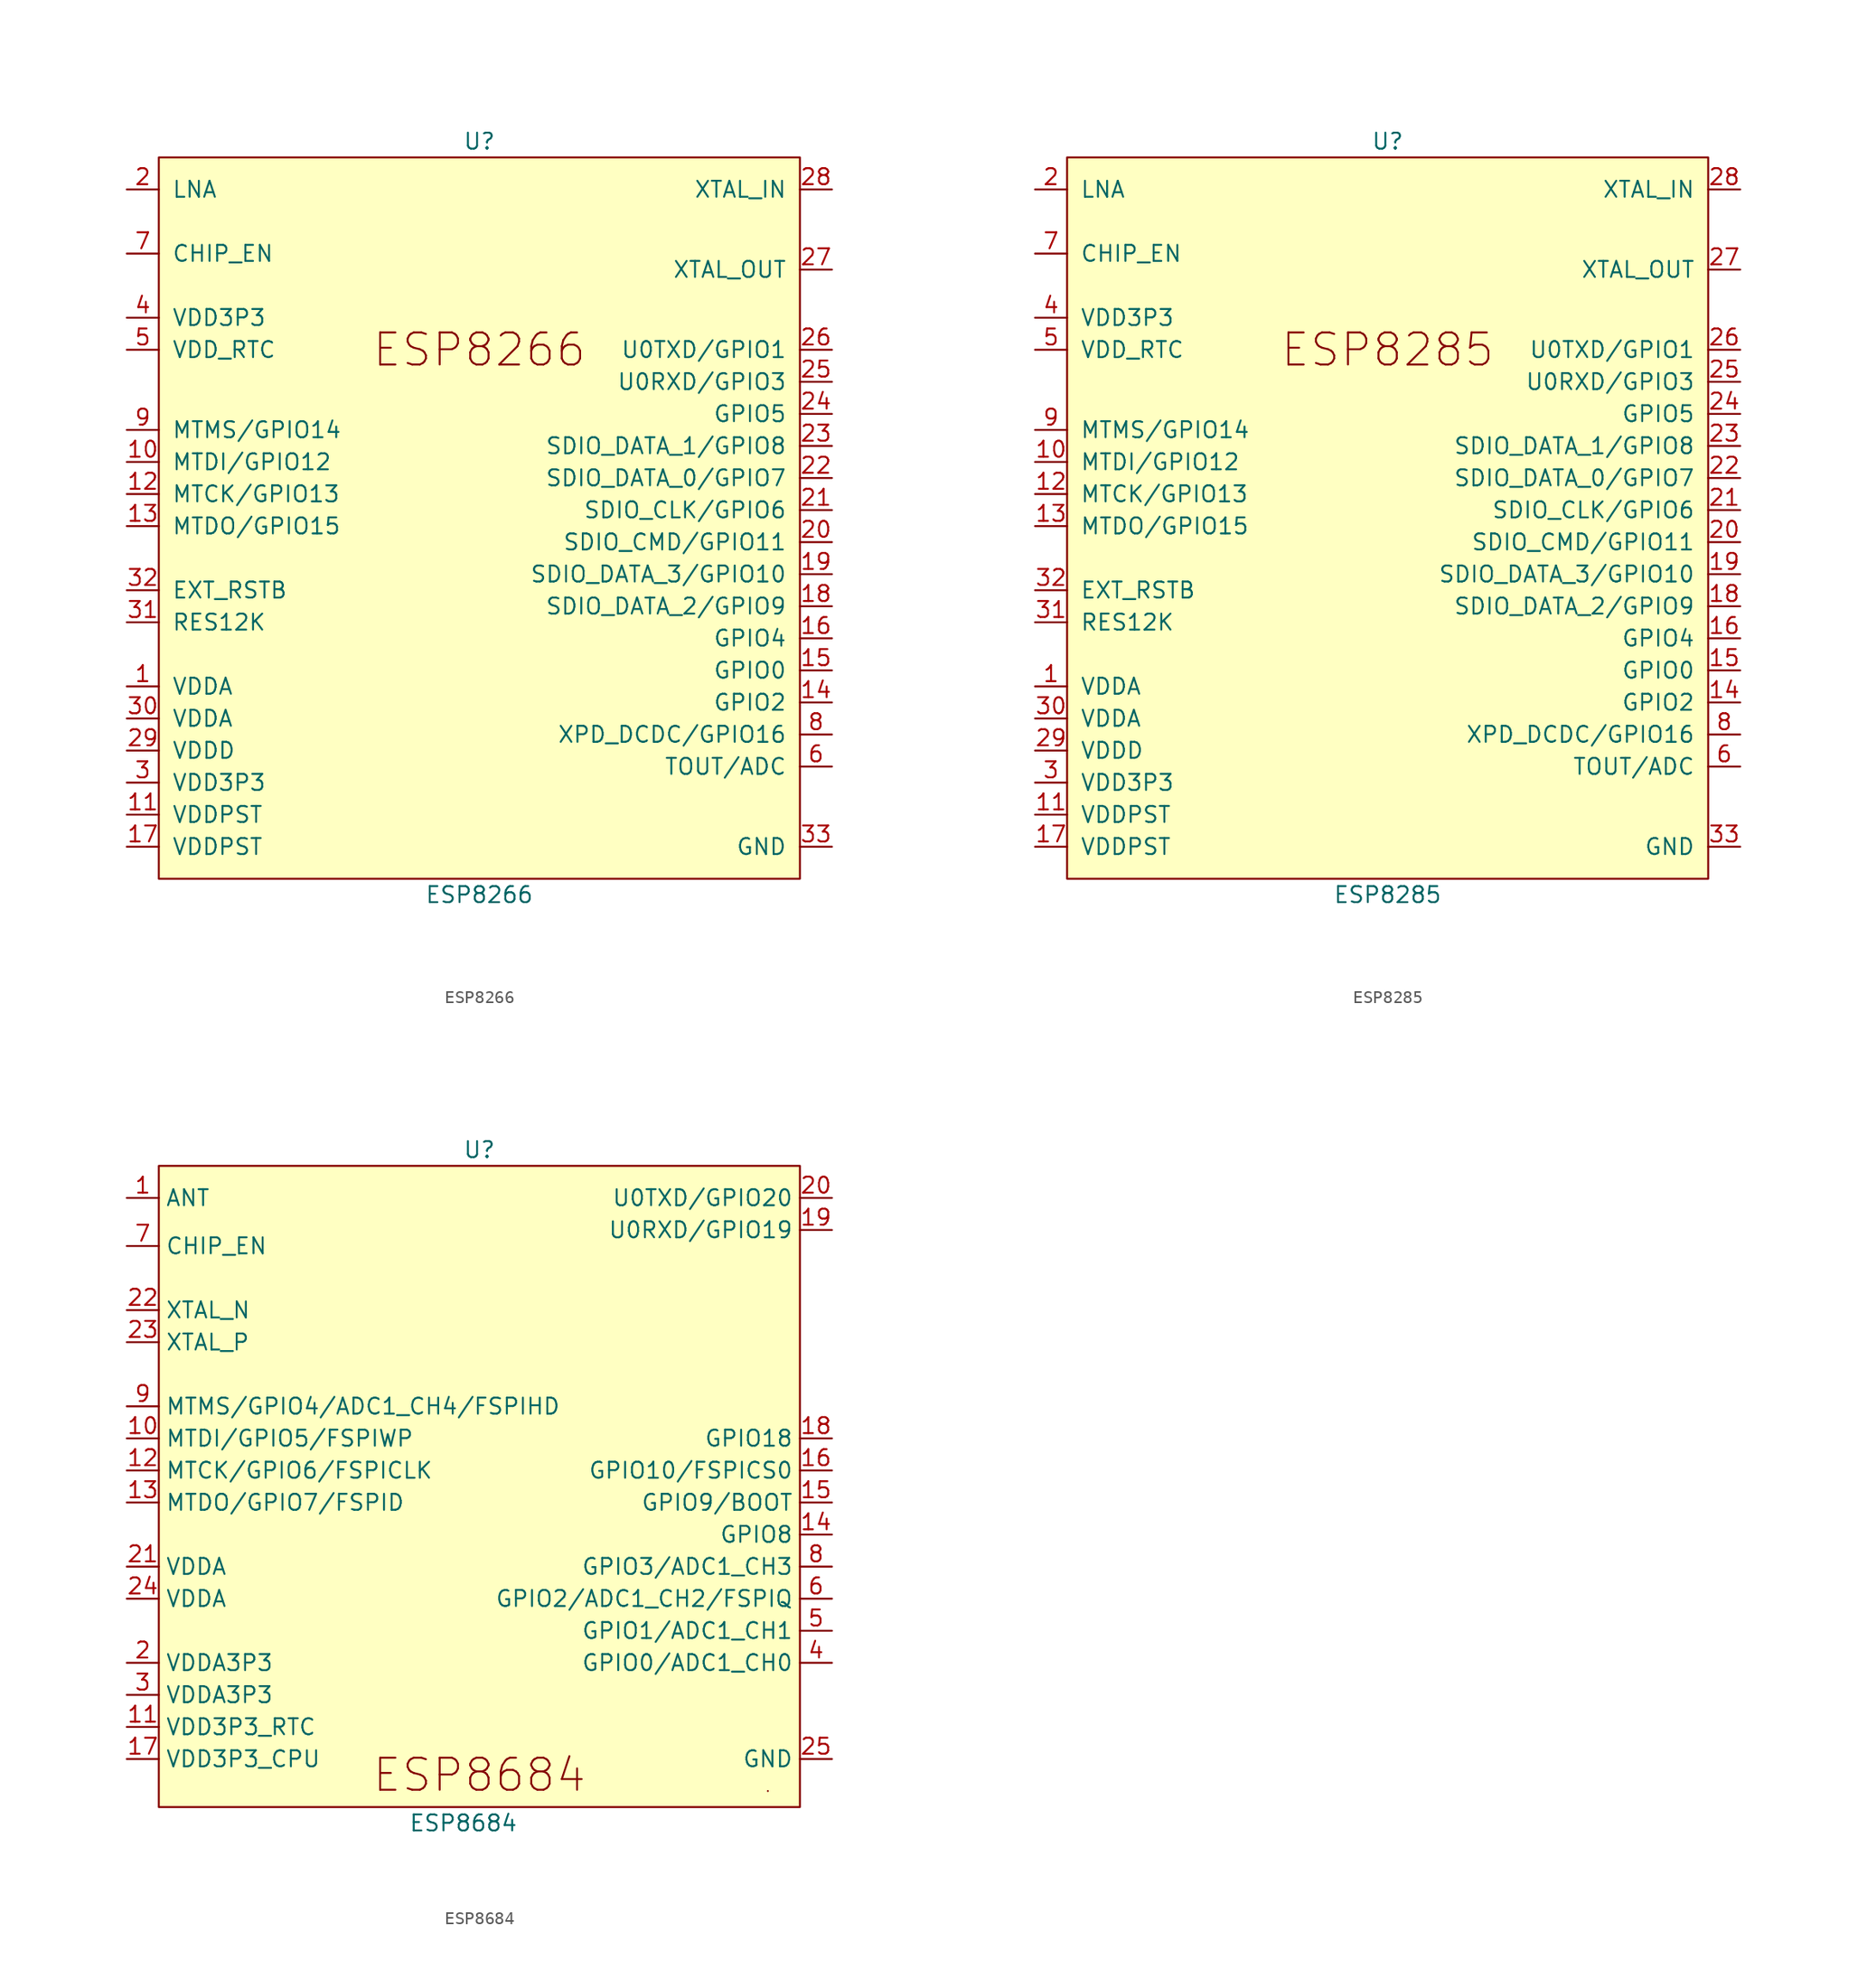
<source format=kicad_sym>
(kicad_symbol_lib
  (version 20211014)
  (generator kicad_symbol_editor)
  (symbol "ESP8266"
    (pin_names
      (offset 1.016))
    (property "Reference" "U"
      (at 0 31.75 0)
      (effects (font (size 1.27 1.27))))
    (property "Value" "ESP8266"
      (at 0 -27.94 0)
      (effects (font (size 1.27 1.27))))
    (symbol "ESP8266_1_1"
      (rectangle (start -25.4 30.48) (end 25.4 -26.67) (stroke (width 0) (type default) (color 0 0 0 0)) (fill (type background)))
      (text "ESP8266" (at 0 15.24 0) (effects (font (size 2.54 2.54))))
      (pin bidirectional line (at -27.94 -11.43 0) (length 2.54) (name "VDDA" (effects (font (size 1.27 1.27)))) (number "1" (effects (font (size 1.27 1.27)))))
      (pin bidirectional line (at -27.94 6.35 0) (length 2.54) (name "MTDI/GPIO12" (effects (font (size 1.27 1.27)))) (number "10" (effects (font (size 1.27 1.27)))))
      (pin power_in line (at -27.94 -21.59 0) (length 2.54) (name "VDDPST" (effects (font (size 1.27 1.27)))) (number "11" (effects (font (size 1.27 1.27)))))
      (pin bidirectional line (at -27.94 3.81 0) (length 2.54) (name "MTCK/GPIO13" (effects (font (size 1.27 1.27)))) (number "12" (effects (font (size 1.27 1.27)))))
      (pin bidirectional line (at -27.94 1.27 0) (length 2.54) (name "MTDO/GPIO15" (effects (font (size 1.27 1.27)))) (number "13" (effects (font (size 1.27 1.27)))))
      (pin bidirectional line (at 27.94 -12.7 180) (length 2.54) (name "GPIO2" (effects (font (size 1.27 1.27)))) (number "14" (effects (font (size 1.27 1.27)))))
      (pin bidirectional line (at 27.94 -10.16 180) (length 2.54) (name "GPIO0" (effects (font (size 1.27 1.27)))) (number "15" (effects (font (size 1.27 1.27)))))
      (pin bidirectional line (at 27.94 -7.62 180) (length 2.54) (name "GPIO4" (effects (font (size 1.27 1.27)))) (number "16" (effects (font (size 1.27 1.27)))))
      (pin power_in line (at -27.94 -24.13 0) (length 2.54) (name "VDDPST" (effects (font (size 1.27 1.27)))) (number "17" (effects (font (size 1.27 1.27)))))
      (pin bidirectional line (at 27.94 -5.08 180) (length 2.54) (name "SDIO_DATA_2/GPIO9" (effects (font (size 1.27 1.27)))) (number "18" (effects (font (size 1.27 1.27)))))
      (pin bidirectional line (at 27.94 -2.54 180) (length 2.54) (name "SDIO_DATA_3/GPIO10" (effects (font (size 1.27 1.27)))) (number "19" (effects (font (size 1.27 1.27)))))
      (pin power_in line (at -27.94 27.94 0) (length 2.54) (name "LNA" (effects (font (size 1.27 1.27)))) (number "2" (effects (font (size 1.27 1.27)))))
      (pin bidirectional line (at 27.94 0 180) (length 2.54) (name "SDIO_CMD/GPIO11" (effects (font (size 1.27 1.27)))) (number "20" (effects (font (size 1.27 1.27)))))
      (pin bidirectional line (at 27.94 2.54 180) (length 2.54) (name "SDIO_CLK/GPIO6" (effects (font (size 1.27 1.27)))) (number "21" (effects (font (size 1.27 1.27)))))
      (pin bidirectional line (at 27.94 5.08 180) (length 2.54) (name "SDIO_DATA_0/GPIO7" (effects (font (size 1.27 1.27)))) (number "22" (effects (font (size 1.27 1.27)))))
      (pin bidirectional line (at 27.94 7.62 180) (length 2.54) (name "SDIO_DATA_1/GPIO8" (effects (font (size 1.27 1.27)))) (number "23" (effects (font (size 1.27 1.27)))))
      (pin bidirectional line (at 27.94 10.16 180) (length 2.54) (name "GPIO5" (effects (font (size 1.27 1.27)))) (number "24" (effects (font (size 1.27 1.27)))))
      (pin bidirectional line (at 27.94 12.7 180) (length 2.54) (name "U0RXD/GPIO3" (effects (font (size 1.27 1.27)))) (number "25" (effects (font (size 1.27 1.27)))))
      (pin bidirectional line (at 27.94 15.24 180) (length 2.54) (name "U0TXD/GPIO1" (effects (font (size 1.27 1.27)))) (number "26" (effects (font (size 1.27 1.27)))))
      (pin bidirectional line (at 27.94 21.59 180) (length 2.54) (name "XTAL_OUT" (effects (font (size 1.27 1.27)))) (number "27" (effects (font (size 1.27 1.27)))))
      (pin bidirectional line (at 27.94 27.94 180) (length 2.54) (name "XTAL_IN" (effects (font (size 1.27 1.27)))) (number "28" (effects (font (size 1.27 1.27)))))
      (pin output line (at -27.94 -16.51 0) (length 2.54) (name "VDDD" (effects (font (size 1.27 1.27)))) (number "29" (effects (font (size 1.27 1.27)))))
      (pin power_out line (at -27.94 -19.05 0) (length 2.54) (name "VDD3P3" (effects (font (size 1.27 1.27)))) (number "3" (effects (font (size 1.27 1.27)))))
      (pin input line (at -27.94 -13.97 0) (length 2.54) (name "VDDA" (effects (font (size 1.27 1.27)))) (number "30" (effects (font (size 1.27 1.27)))))
      (pin power_in line (at -27.94 -6.35 0) (length 2.54) (name "RES12K" (effects (font (size 1.27 1.27)))) (number "31" (effects (font (size 1.27 1.27)))))
      (pin power_in line (at -27.94 -3.81 0) (length 2.54) (name "EXT_RSTB" (effects (font (size 1.27 1.27)))) (number "32" (effects (font (size 1.27 1.27)))))
      (pin power_in line (at 27.94 -24.13 180) (length 2.54) (name "GND" (effects (font (size 1.27 1.27)))) (number "33" (effects (font (size 1.27 1.27)))))
      (pin output line (at -27.94 17.78 0) (length 2.54) (name "VDD3P3" (effects (font (size 1.27 1.27)))) (number "4" (effects (font (size 1.27 1.27)))))
      (pin input line (at -27.94 15.24 0) (length 2.54) (name "VDD_RTC" (effects (font (size 1.27 1.27)))) (number "5" (effects (font (size 1.27 1.27)))))
      (pin input line (at 27.94 -17.78 180) (length 2.54) (name "TOUT/ADC" (effects (font (size 1.27 1.27)))) (number "6" (effects (font (size 1.27 1.27)))))
      (pin input line (at -27.94 22.86 0) (length 2.54) (name "CHIP_EN" (effects (font (size 1.27 1.27)))) (number "7" (effects (font (size 1.27 1.27)))))
      (pin bidirectional line (at 27.94 -15.24 180) (length 2.54) (name "XPD_DCDC/GPIO16" (effects (font (size 1.27 1.27)))) (number "8" (effects (font (size 1.27 1.27)))))
      (pin bidirectional line (at -27.94 8.89 0) (length 2.54) (name "MTMS/GPIO14" (effects (font (size 1.27 1.27)))) (number "9" (effects (font (size 1.27 1.27)))))))
  (symbol "ESP8285"
    (pin_names
      (offset 1.016))
    (property "Reference" "U"
      (at 0 31.75 0)
      (effects (font (size 1.27 1.27))))
    (property "Value" "ESP8285"
      (at 0 -27.94 0)
      (effects (font (size 1.27 1.27))))
    (symbol "ESP8285_1_1"
      (rectangle (start -25.4 30.48) (end 25.4 -26.67) (stroke (width 0) (type default) (color 0 0 0 0)) (fill (type background)))
      (text "ESP8285" (at 0 15.24 0) (effects (font (size 2.54 2.54))))
      (pin bidirectional line (at -27.94 -11.43 0) (length 2.54) (name "VDDA" (effects (font (size 1.27 1.27)))) (number "1" (effects (font (size 1.27 1.27)))))
      (pin bidirectional line (at -27.94 6.35 0) (length 2.54) (name "MTDI/GPIO12" (effects (font (size 1.27 1.27)))) (number "10" (effects (font (size 1.27 1.27)))))
      (pin power_in line (at -27.94 -21.59 0) (length 2.54) (name "VDDPST" (effects (font (size 1.27 1.27)))) (number "11" (effects (font (size 1.27 1.27)))))
      (pin bidirectional line (at -27.94 3.81 0) (length 2.54) (name "MTCK/GPIO13" (effects (font (size 1.27 1.27)))) (number "12" (effects (font (size 1.27 1.27)))))
      (pin bidirectional line (at -27.94 1.27 0) (length 2.54) (name "MTDO/GPIO15" (effects (font (size 1.27 1.27)))) (number "13" (effects (font (size 1.27 1.27)))))
      (pin bidirectional line (at 27.94 -12.7 180) (length 2.54) (name "GPIO2" (effects (font (size 1.27 1.27)))) (number "14" (effects (font (size 1.27 1.27)))))
      (pin bidirectional line (at 27.94 -10.16 180) (length 2.54) (name "GPIO0" (effects (font (size 1.27 1.27)))) (number "15" (effects (font (size 1.27 1.27)))))
      (pin bidirectional line (at 27.94 -7.62 180) (length 2.54) (name "GPIO4" (effects (font (size 1.27 1.27)))) (number "16" (effects (font (size 1.27 1.27)))))
      (pin power_in line (at -27.94 -24.13 0) (length 2.54) (name "VDDPST" (effects (font (size 1.27 1.27)))) (number "17" (effects (font (size 1.27 1.27)))))
      (pin bidirectional line (at 27.94 -5.08 180) (length 2.54) (name "SDIO_DATA_2/GPIO9" (effects (font (size 1.27 1.27)))) (number "18" (effects (font (size 1.27 1.27)))))
      (pin bidirectional line (at 27.94 -2.54 180) (length 2.54) (name "SDIO_DATA_3/GPIO10" (effects (font (size 1.27 1.27)))) (number "19" (effects (font (size 1.27 1.27)))))
      (pin power_in line (at -27.94 27.94 0) (length 2.54) (name "LNA" (effects (font (size 1.27 1.27)))) (number "2" (effects (font (size 1.27 1.27)))))
      (pin bidirectional line (at 27.94 0 180) (length 2.54) (name "SDIO_CMD/GPIO11" (effects (font (size 1.27 1.27)))) (number "20" (effects (font (size 1.27 1.27)))))
      (pin bidirectional line (at 27.94 2.54 180) (length 2.54) (name "SDIO_CLK/GPIO6" (effects (font (size 1.27 1.27)))) (number "21" (effects (font (size 1.27 1.27)))))
      (pin bidirectional line (at 27.94 5.08 180) (length 2.54) (name "SDIO_DATA_0/GPIO7" (effects (font (size 1.27 1.27)))) (number "22" (effects (font (size 1.27 1.27)))))
      (pin bidirectional line (at 27.94 7.62 180) (length 2.54) (name "SDIO_DATA_1/GPIO8" (effects (font (size 1.27 1.27)))) (number "23" (effects (font (size 1.27 1.27)))))
      (pin bidirectional line (at 27.94 10.16 180) (length 2.54) (name "GPIO5" (effects (font (size 1.27 1.27)))) (number "24" (effects (font (size 1.27 1.27)))))
      (pin bidirectional line (at 27.94 12.7 180) (length 2.54) (name "U0RXD/GPIO3" (effects (font (size 1.27 1.27)))) (number "25" (effects (font (size 1.27 1.27)))))
      (pin bidirectional line (at 27.94 15.24 180) (length 2.54) (name "U0TXD/GPIO1" (effects (font (size 1.27 1.27)))) (number "26" (effects (font (size 1.27 1.27)))))
      (pin bidirectional line (at 27.94 21.59 180) (length 2.54) (name "XTAL_OUT" (effects (font (size 1.27 1.27)))) (number "27" (effects (font (size 1.27 1.27)))))
      (pin bidirectional line (at 27.94 27.94 180) (length 2.54) (name "XTAL_IN" (effects (font (size 1.27 1.27)))) (number "28" (effects (font (size 1.27 1.27)))))
      (pin output line (at -27.94 -16.51 0) (length 2.54) (name "VDDD" (effects (font (size 1.27 1.27)))) (number "29" (effects (font (size 1.27 1.27)))))
      (pin power_out line (at -27.94 -19.05 0) (length 2.54) (name "VDD3P3" (effects (font (size 1.27 1.27)))) (number "3" (effects (font (size 1.27 1.27)))))
      (pin input line (at -27.94 -13.97 0) (length 2.54) (name "VDDA" (effects (font (size 1.27 1.27)))) (number "30" (effects (font (size 1.27 1.27)))))
      (pin power_in line (at -27.94 -6.35 0) (length 2.54) (name "RES12K" (effects (font (size 1.27 1.27)))) (number "31" (effects (font (size 1.27 1.27)))))
      (pin power_in line (at -27.94 -3.81 0) (length 2.54) (name "EXT_RSTB" (effects (font (size 1.27 1.27)))) (number "32" (effects (font (size 1.27 1.27)))))
      (pin power_in line (at 27.94 -24.13 180) (length 2.54) (name "GND" (effects (font (size 1.27 1.27)))) (number "33" (effects (font (size 1.27 1.27)))))
      (pin output line (at -27.94 17.78 0) (length 2.54) (name "VDD3P3" (effects (font (size 1.27 1.27)))) (number "4" (effects (font (size 1.27 1.27)))))
      (pin input line (at -27.94 15.24 0) (length 2.54) (name "VDD_RTC" (effects (font (size 1.27 1.27)))) (number "5" (effects (font (size 1.27 1.27)))))
      (pin input line (at 27.94 -17.78 180) (length 2.54) (name "TOUT/ADC" (effects (font (size 1.27 1.27)))) (number "6" (effects (font (size 1.27 1.27)))))
      (pin input line (at -27.94 22.86 0) (length 2.54) (name "CHIP_EN" (effects (font (size 1.27 1.27)))) (number "7" (effects (font (size 1.27 1.27)))))
      (pin bidirectional line (at 27.94 -15.24 180) (length 2.54) (name "XPD_DCDC/GPIO16" (effects (font (size 1.27 1.27)))) (number "8" (effects (font (size 1.27 1.27)))))
      (pin bidirectional line (at -27.94 8.89 0) (length 2.54) (name "MTMS/GPIO14" (effects (font (size 1.27 1.27)))) (number "9" (effects (font (size 1.27 1.27)))))))
  (symbol "ESP8684"
    (property "Reference" "U"
      (at 0 26.67 0)
      (effects (font (size 1.27 1.27))))
    (property "Value" "ESP8684"
      (at -1.27 -26.67 0)
      (effects (font (size 1.27 1.27))))
    (symbol "ESP8684_0_0"
      (text "ESP8684" (at 0 -22.86 0) (effects (font (size 2.54 2.54)))))
    (symbol "ESP8684_0_1"
      (rectangle (start -25.4 25.4) (end 25.4 -25.4) (stroke (width 0) (type default) (color 0 0 0 0)) (fill (type background)))
      (rectangle (start 22.86 -24.13) (end 22.86 -24.13) (stroke (width 0) (type default) (color 0 0 0 0)) (fill (type none))))
    (symbol "ESP8684_1_1"
      (pin bidirectional line (at -27.94 22.86 0) (length 2.54) (name "ANT" (effects (font (size 1.27 1.27)))) (number "1" (effects (font (size 1.27 1.27)))))
      (pin bidirectional line (at -27.94 3.81 0) (length 2.54) (name "MTDI/GPIO5/FSPIWP" (effects (font (size 1.27 1.27)))) (number "10" (effects (font (size 1.27 1.27)))))
      (pin power_in line (at -27.94 -19.05 0) (length 2.54) (name "VDD3P3_RTC" (effects (font (size 1.27 1.27)))) (number "11" (effects (font (size 1.27 1.27)))))
      (pin bidirectional line (at -27.94 1.27 0) (length 2.54) (name "MTCK/GPIO6/FSPICLK" (effects (font (size 1.27 1.27)))) (number "12" (effects (font (size 1.27 1.27)))))
      (pin bidirectional line (at -27.94 -1.27 0) (length 2.54) (name "MTDO/GPIO7/FSPID" (effects (font (size 1.27 1.27)))) (number "13" (effects (font (size 1.27 1.27)))))
      (pin bidirectional line (at 27.94 -3.81 180) (length 2.54) (name "GPIO8" (effects (font (size 1.27 1.27)))) (number "14" (effects (font (size 1.27 1.27)))))
      (pin bidirectional line (at 27.94 -1.27 180) (length 2.54) (name "GPIO9/BOOT" (effects (font (size 1.27 1.27)))) (number "15" (effects (font (size 1.27 1.27)))))
      (pin bidirectional line (at 27.94 1.27 180) (length 2.54) (name "GPIO10/FSPICS0" (effects (font (size 1.27 1.27)))) (number "16" (effects (font (size 1.27 1.27)))))
      (pin power_in line (at -27.94 -21.59 0) (length 2.54) (name "VDD3P3_CPU" (effects (font (size 1.27 1.27)))) (number "17" (effects (font (size 1.27 1.27)))))
      (pin bidirectional line (at 27.94 3.81 180) (length 2.54) (name "GPIO18" (effects (font (size 1.27 1.27)))) (number "18" (effects (font (size 1.27 1.27)))))
      (pin bidirectional line (at 27.94 20.32 180) (length 2.54) (name "U0RXD/GPIO19" (effects (font (size 1.27 1.27)))) (number "19" (effects (font (size 1.27 1.27)))))
      (pin power_in line (at -27.94 -13.97 0) (length 2.54) (name "VDDA3P3" (effects (font (size 1.27 1.27)))) (number "2" (effects (font (size 1.27 1.27)))))
      (pin bidirectional line (at 27.94 22.86 180) (length 2.54) (name "U0TXD/GPIO20" (effects (font (size 1.27 1.27)))) (number "20" (effects (font (size 1.27 1.27)))))
      (pin power_in line (at -27.94 -6.35 0) (length 2.54) (name "VDDA" (effects (font (size 1.27 1.27)))) (number "21" (effects (font (size 1.27 1.27)))))
      (pin output line (at -27.94 13.97 0) (length 2.54) (name "XTAL_N" (effects (font (size 1.27 1.27)))) (number "22" (effects (font (size 1.27 1.27)))))
      (pin input line (at -27.94 11.43 0) (length 2.54) (name "XTAL_P" (effects (font (size 1.27 1.27)))) (number "23" (effects (font (size 1.27 1.27)))))
      (pin power_in line (at -27.94 -8.89 0) (length 2.54) (name "VDDA" (effects (font (size 1.27 1.27)))) (number "24" (effects (font (size 1.27 1.27)))))
      (pin power_in line (at 27.94 -21.59 180) (length 2.54) (name "GND" (effects (font (size 1.27 1.27)))) (number "25" (effects (font (size 1.27 1.27)))))
      (pin power_in line (at -27.94 -16.51 0) (length 2.54) (name "VDDA3P3" (effects (font (size 1.27 1.27)))) (number "3" (effects (font (size 1.27 1.27)))))
      (pin bidirectional line (at 27.94 -13.97 180) (length 2.54) (name "GPIO0/ADC1_CH0" (effects (font (size 1.27 1.27)))) (number "4" (effects (font (size 1.27 1.27)))))
      (pin bidirectional line (at 27.94 -11.43 180) (length 2.54) (name "GPIO1/ADC1_CH1" (effects (font (size 1.27 1.27)))) (number "5" (effects (font (size 1.27 1.27)))))
      (pin bidirectional line (at 27.94 -8.89 180) (length 2.54) (name "GPIO2/ADC1_CH2/FSPIQ" (effects (font (size 1.27 1.27)))) (number "6" (effects (font (size 1.27 1.27)))))
      (pin input line (at -27.94 19.05 0) (length 2.54) (name "CHIP_EN" (effects (font (size 1.27 1.27)))) (number "7" (effects (font (size 1.27 1.27)))))
      (pin bidirectional line (at 27.94 -6.35 180) (length 2.54) (name "GPIO3/ADC1_CH3" (effects (font (size 1.27 1.27)))) (number "8" (effects (font (size 1.27 1.27)))))
      (pin bidirectional line (at -27.94 6.35 0) (length 2.54) (name "MTMS/GPIO4/ADC1_CH4/FSPIHD" (effects (font (size 1.27 1.27)))) (number "9" (effects (font (size 1.27 1.27))))))))
</source>
